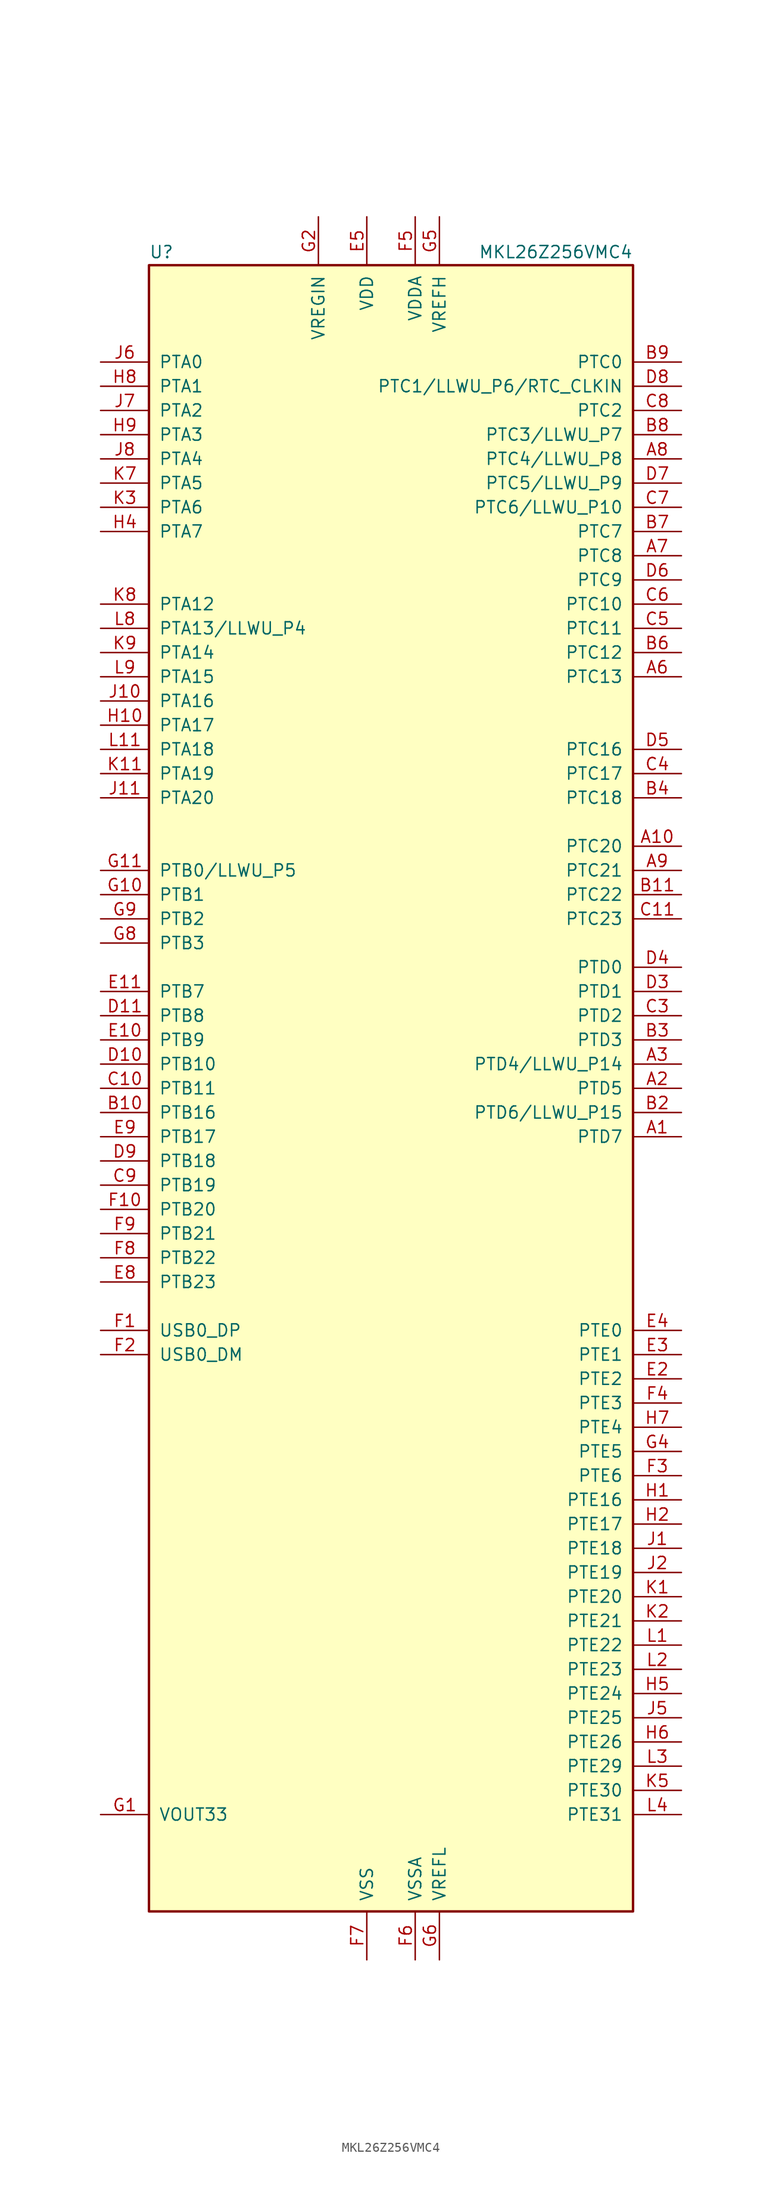
<source format=kicad_sym>
(kicad_symbol_lib
  (version 20231120)
  (generator "kicad_symbol_editor")
  (generator_version "8.0")
  (symbol "MKL26Z256VMC4"
    (pin_names
      (offset 1.016))
    (property "Reference" "U"
      (at -25.4 86.995 0)
      (effects (font (size 1.27 1.27)) (justify left bottom)))
    (property "Value" "MKL26Z256VMC4"
      (at 25.4 86.995 0)
      (effects (font (size 1.27 1.27)) (justify right bottom)))
    (symbol "MKL26Z256VMC4_0_1"
      (rectangle (start -25.4 86.36) (end 25.4 -86.36) (stroke (width 0.254) (type default)) (fill (type background))))
    (symbol "MKL26Z256VMC4_1_1"
      (pin bidirectional line (at 30.48 -5.08 180) (length 5.08) (name "PTD7" (effects (font (size 1.27 1.27)))) (number "A1" (effects (font (size 1.27 1.27)))))
      (pin bidirectional line (at 30.48 25.4 180) (length 5.08) (name "PTC20" (effects (font (size 1.27 1.27)))) (number "A10" (effects (font (size 1.27 1.27)))))
      (pin no_connect line (at -15.24 -86.36 90) (length 5.08) hide (name "NC" (effects (font (size 1.27 1.27)))) (number "A11" (effects (font (size 1.27 1.27)))))
      (pin bidirectional line (at 30.48 0 180) (length 5.08) (name "PTD5" (effects (font (size 1.27 1.27)))) (number "A2" (effects (font (size 1.27 1.27)))))
      (pin bidirectional line (at 30.48 2.54 180) (length 5.08) (name "PTD4/LLWU_P14" (effects (font (size 1.27 1.27)))) (number "A3" (effects (font (size 1.27 1.27)))))
      (pin no_connect line (at 25.4 27.94 180) (length 5.08) hide (name "NC" (effects (font (size 1.27 1.27)))) (number "A4" (effects (font (size 1.27 1.27)))))
      (pin no_connect line (at 25.4 40.64 180) (length 5.08) hide (name "NC" (effects (font (size 1.27 1.27)))) (number "A5" (effects (font (size 1.27 1.27)))))
      (pin bidirectional line (at 30.48 43.18 180) (length 5.08) (name "PTC13" (effects (font (size 1.27 1.27)))) (number "A6" (effects (font (size 1.27 1.27)))))
      (pin bidirectional line (at 30.48 55.88 180) (length 5.08) (name "PTC8" (effects (font (size 1.27 1.27)))) (number "A7" (effects (font (size 1.27 1.27)))))
      (pin bidirectional line (at 30.48 66.04 180) (length 5.08) (name "PTC4/LLWU_P8" (effects (font (size 1.27 1.27)))) (number "A8" (effects (font (size 1.27 1.27)))))
      (pin bidirectional line (at 30.48 22.86 180) (length 5.08) (name "PTC21" (effects (font (size 1.27 1.27)))) (number "A9" (effects (font (size 1.27 1.27)))))
      (pin no_connect line (at 25.4 -7.62 180) (length 5.08) hide (name "NC" (effects (font (size 1.27 1.27)))) (number "B1" (effects (font (size 1.27 1.27)))))
      (pin bidirectional line (at -30.48 -2.54 0) (length 5.08) (name "PTB16" (effects (font (size 1.27 1.27)))) (number "B10" (effects (font (size 1.27 1.27)))))
      (pin bidirectional line (at 30.48 20.32 180) (length 5.08) (name "PTC22" (effects (font (size 1.27 1.27)))) (number "B11" (effects (font (size 1.27 1.27)))))
      (pin bidirectional line (at 30.48 -2.54 180) (length 5.08) (name "PTD6/LLWU_P15" (effects (font (size 1.27 1.27)))) (number "B2" (effects (font (size 1.27 1.27)))))
      (pin bidirectional line (at 30.48 5.08 180) (length 5.08) (name "PTD3" (effects (font (size 1.27 1.27)))) (number "B3" (effects (font (size 1.27 1.27)))))
      (pin bidirectional line (at 30.48 30.48 180) (length 5.08) (name "PTC18" (effects (font (size 1.27 1.27)))) (number "B4" (effects (font (size 1.27 1.27)))))
      (pin no_connect line (at 25.4 38.1 180) (length 5.08) hide (name "NC" (effects (font (size 1.27 1.27)))) (number "B5" (effects (font (size 1.27 1.27)))))
      (pin bidirectional line (at 30.48 45.72 180) (length 5.08) (name "PTC12" (effects (font (size 1.27 1.27)))) (number "B6" (effects (font (size 1.27 1.27)))))
      (pin bidirectional line (at 30.48 58.42 180) (length 5.08) (name "PTC7" (effects (font (size 1.27 1.27)))) (number "B7" (effects (font (size 1.27 1.27)))))
      (pin bidirectional line (at 30.48 68.58 180) (length 5.08) (name "PTC3/LLWU_P7" (effects (font (size 1.27 1.27)))) (number "B8" (effects (font (size 1.27 1.27)))))
      (pin bidirectional line (at 30.48 76.2 180) (length 5.08) (name "PTC0" (effects (font (size 1.27 1.27)))) (number "B9" (effects (font (size 1.27 1.27)))))
      (pin no_connect line (at 25.4 -12.7 180) (length 5.08) hide (name "NC" (effects (font (size 1.27 1.27)))) (number "C1" (effects (font (size 1.27 1.27)))))
      (pin bidirectional line (at -30.48 0 0) (length 5.08) (name "PTB11" (effects (font (size 1.27 1.27)))) (number "C10" (effects (font (size 1.27 1.27)))))
      (pin bidirectional line (at 30.48 17.78 180) (length 5.08) (name "PTC23" (effects (font (size 1.27 1.27)))) (number "C11" (effects (font (size 1.27 1.27)))))
      (pin no_connect line (at 25.4 -10.16 180) (length 5.08) hide (name "NC" (effects (font (size 1.27 1.27)))) (number "C2" (effects (font (size 1.27 1.27)))))
      (pin bidirectional line (at 30.48 7.62 180) (length 5.08) (name "PTD2" (effects (font (size 1.27 1.27)))) (number "C3" (effects (font (size 1.27 1.27)))))
      (pin bidirectional line (at 30.48 33.02 180) (length 5.08) (name "PTC17" (effects (font (size 1.27 1.27)))) (number "C4" (effects (font (size 1.27 1.27)))))
      (pin bidirectional line (at 30.48 48.26 180) (length 5.08) (name "PTC11" (effects (font (size 1.27 1.27)))) (number "C5" (effects (font (size 1.27 1.27)))))
      (pin bidirectional line (at 30.48 50.8 180) (length 5.08) (name "PTC10" (effects (font (size 1.27 1.27)))) (number "C6" (effects (font (size 1.27 1.27)))))
      (pin bidirectional line (at 30.48 60.96 180) (length 5.08) (name "PTC6/LLWU_P10" (effects (font (size 1.27 1.27)))) (number "C7" (effects (font (size 1.27 1.27)))))
      (pin bidirectional line (at 30.48 71.12 180) (length 5.08) (name "PTC2" (effects (font (size 1.27 1.27)))) (number "C8" (effects (font (size 1.27 1.27)))))
      (pin bidirectional line (at -30.48 -10.16 0) (length 5.08) (name "PTB19" (effects (font (size 1.27 1.27)))) (number "C9" (effects (font (size 1.27 1.27)))))
      (pin no_connect line (at 25.4 -17.78 180) (length 5.08) hide (name "NC" (effects (font (size 1.27 1.27)))) (number "D1" (effects (font (size 1.27 1.27)))))
      (pin bidirectional line (at -30.48 2.54 0) (length 5.08) (name "PTB10" (effects (font (size 1.27 1.27)))) (number "D10" (effects (font (size 1.27 1.27)))))
      (pin bidirectional line (at -30.48 7.62 0) (length 5.08) (name "PTB8" (effects (font (size 1.27 1.27)))) (number "D11" (effects (font (size 1.27 1.27)))))
      (pin no_connect line (at 25.4 -15.24 180) (length 5.08) hide (name "NC" (effects (font (size 1.27 1.27)))) (number "D2" (effects (font (size 1.27 1.27)))))
      (pin bidirectional line (at 30.48 10.16 180) (length 5.08) (name "PTD1" (effects (font (size 1.27 1.27)))) (number "D3" (effects (font (size 1.27 1.27)))))
      (pin bidirectional line (at 30.48 12.7 180) (length 5.08) (name "PTD0" (effects (font (size 1.27 1.27)))) (number "D4" (effects (font (size 1.27 1.27)))))
      (pin bidirectional line (at 30.48 35.56 180) (length 5.08) (name "PTC16" (effects (font (size 1.27 1.27)))) (number "D5" (effects (font (size 1.27 1.27)))))
      (pin bidirectional line (at 30.48 53.34 180) (length 5.08) (name "PTC9" (effects (font (size 1.27 1.27)))) (number "D6" (effects (font (size 1.27 1.27)))))
      (pin bidirectional line (at 30.48 63.5 180) (length 5.08) (name "PTC5/LLWU_P9" (effects (font (size 1.27 1.27)))) (number "D7" (effects (font (size 1.27 1.27)))))
      (pin bidirectional line (at 30.48 73.66 180) (length 5.08) (name "PTC1/LLWU_P6/RTC_CLKIN" (effects (font (size 1.27 1.27)))) (number "D8" (effects (font (size 1.27 1.27)))))
      (pin bidirectional line (at -30.48 -7.62 0) (length 5.08) (name "PTB18" (effects (font (size 1.27 1.27)))) (number "D9" (effects (font (size 1.27 1.27)))))
      (pin no_connect line (at 25.4 -20.32 180) (length 5.08) hide (name "NC" (effects (font (size 1.27 1.27)))) (number "E1" (effects (font (size 1.27 1.27)))))
      (pin bidirectional line (at -30.48 5.08 0) (length 5.08) (name "PTB9" (effects (font (size 1.27 1.27)))) (number "E10" (effects (font (size 1.27 1.27)))))
      (pin bidirectional line (at -30.48 10.16 0) (length 5.08) (name "PTB7" (effects (font (size 1.27 1.27)))) (number "E11" (effects (font (size 1.27 1.27)))))
      (pin bidirectional line (at 30.48 -30.48 180) (length 5.08) (name "PTE2" (effects (font (size 1.27 1.27)))) (number "E2" (effects (font (size 1.27 1.27)))))
      (pin bidirectional line (at 30.48 -27.94 180) (length 5.08) (name "PTE1" (effects (font (size 1.27 1.27)))) (number "E3" (effects (font (size 1.27 1.27)))))
      (pin bidirectional line (at 30.48 -25.4 180) (length 5.08) (name "PTE0" (effects (font (size 1.27 1.27)))) (number "E4" (effects (font (size 1.27 1.27)))))
      (pin power_in line (at -2.54 91.44 270) (length 5.08) (name "VDD" (effects (font (size 1.27 1.27)))) (number "E5" (effects (font (size 1.27 1.27)))))
      (pin passive line (at -2.54 91.44 270) (length 5.08) hide (name "VDD" (effects (font (size 1.27 1.27)))) (number "E6" (effects (font (size 1.27 1.27)))))
      (pin passive line (at -2.54 91.44 270) (length 5.08) hide (name "VDD" (effects (font (size 1.27 1.27)))) (number "E7" (effects (font (size 1.27 1.27)))))
      (pin bidirectional line (at -30.48 -20.32 0) (length 5.08) (name "PTB23" (effects (font (size 1.27 1.27)))) (number "E8" (effects (font (size 1.27 1.27)))))
      (pin bidirectional line (at -30.48 -5.08 0) (length 5.08) (name "PTB17" (effects (font (size 1.27 1.27)))) (number "E9" (effects (font (size 1.27 1.27)))))
      (pin bidirectional line (at -30.48 -25.4 0) (length 5.08) (name "USB0_DP" (effects (font (size 1.27 1.27)))) (number "F1" (effects (font (size 1.27 1.27)))))
      (pin bidirectional line (at -30.48 -12.7 0) (length 5.08) (name "PTB20" (effects (font (size 1.27 1.27)))) (number "F10" (effects (font (size 1.27 1.27)))))
      (pin no_connect line (at -25.4 12.7 0) (length 5.08) hide (name "NC" (effects (font (size 1.27 1.27)))) (number "F11" (effects (font (size 1.27 1.27)))))
      (pin bidirectional line (at -30.48 -27.94 0) (length 5.08) (name "USB0_DM" (effects (font (size 1.27 1.27)))) (number "F2" (effects (font (size 1.27 1.27)))))
      (pin bidirectional line (at 30.48 -40.64 180) (length 5.08) (name "PTE6" (effects (font (size 1.27 1.27)))) (number "F3" (effects (font (size 1.27 1.27)))))
      (pin bidirectional line (at 30.48 -33.02 180) (length 5.08) (name "PTE3" (effects (font (size 1.27 1.27)))) (number "F4" (effects (font (size 1.27 1.27)))))
      (pin power_in line (at 2.54 91.44 270) (length 5.08) (name "VDDA" (effects (font (size 1.27 1.27)))) (number "F5" (effects (font (size 1.27 1.27)))))
      (pin power_in line (at 2.54 -91.44 90) (length 5.08) (name "VSSA" (effects (font (size 1.27 1.27)))) (number "F6" (effects (font (size 1.27 1.27)))))
      (pin power_in line (at -2.54 -91.44 90) (length 5.08) (name "VSS" (effects (font (size 1.27 1.27)))) (number "F7" (effects (font (size 1.27 1.27)))))
      (pin bidirectional line (at -30.48 -17.78 0) (length 5.08) (name "PTB22" (effects (font (size 1.27 1.27)))) (number "F8" (effects (font (size 1.27 1.27)))))
      (pin bidirectional line (at -30.48 -15.24 0) (length 5.08) (name "PTB21" (effects (font (size 1.27 1.27)))) (number "F9" (effects (font (size 1.27 1.27)))))
      (pin power_out line (at -30.48 -76.2 0) (length 5.08) (name "VOUT33" (effects (font (size 1.27 1.27)))) (number "G1" (effects (font (size 1.27 1.27)))))
      (pin bidirectional line (at -30.48 20.32 0) (length 5.08) (name "PTB1" (effects (font (size 1.27 1.27)))) (number "G10" (effects (font (size 1.27 1.27)))))
      (pin bidirectional line (at -30.48 22.86 0) (length 5.08) (name "PTB0/LLWU_P5" (effects (font (size 1.27 1.27)))) (number "G11" (effects (font (size 1.27 1.27)))))
      (pin power_in line (at -7.62 91.44 270) (length 5.08) (name "VREGIN" (effects (font (size 1.27 1.27)))) (number "G2" (effects (font (size 1.27 1.27)))))
      (pin passive line (at -2.54 -91.44 90) (length 5.08) hide (name "VSS" (effects (font (size 1.27 1.27)))) (number "G3" (effects (font (size 1.27 1.27)))))
      (pin bidirectional line (at 30.48 -38.1 180) (length 5.08) (name "PTE5" (effects (font (size 1.27 1.27)))) (number "G4" (effects (font (size 1.27 1.27)))))
      (pin power_in line (at 5.08 91.44 270) (length 5.08) (name "VREFH" (effects (font (size 1.27 1.27)))) (number "G5" (effects (font (size 1.27 1.27)))))
      (pin power_in line (at 5.08 -91.44 90) (length 5.08) (name "VREFL" (effects (font (size 1.27 1.27)))) (number "G6" (effects (font (size 1.27 1.27)))))
      (pin passive line (at -2.54 -91.44 90) (length 5.08) hide (name "VSS" (effects (font (size 1.27 1.27)))) (number "G7" (effects (font (size 1.27 1.27)))))
      (pin bidirectional line (at -30.48 15.24 0) (length 5.08) (name "PTB3" (effects (font (size 1.27 1.27)))) (number "G8" (effects (font (size 1.27 1.27)))))
      (pin bidirectional line (at -30.48 17.78 0) (length 5.08) (name "PTB2" (effects (font (size 1.27 1.27)))) (number "G9" (effects (font (size 1.27 1.27)))))
      (pin bidirectional line (at 30.48 -43.18 180) (length 5.08) (name "PTE16" (effects (font (size 1.27 1.27)))) (number "H1" (effects (font (size 1.27 1.27)))))
      (pin bidirectional line (at -30.48 38.1 0) (length 5.08) (name "PTA17" (effects (font (size 1.27 1.27)))) (number "H10" (effects (font (size 1.27 1.27)))))
      (pin no_connect line (at -25.4 27.94 0) (length 5.08) hide (name "NC" (effects (font (size 1.27 1.27)))) (number "H11" (effects (font (size 1.27 1.27)))))
      (pin bidirectional line (at 30.48 -45.72 180) (length 5.08) (name "PTE17" (effects (font (size 1.27 1.27)))) (number "H2" (effects (font (size 1.27 1.27)))))
      (pin no_connect line (at -25.4 -63.5 0) (length 5.08) hide (name "NC" (effects (font (size 1.27 1.27)))) (number "H3" (effects (font (size 1.27 1.27)))))
      (pin bidirectional line (at -30.48 58.42 0) (length 5.08) (name "PTA7" (effects (font (size 1.27 1.27)))) (number "H4" (effects (font (size 1.27 1.27)))))
      (pin bidirectional line (at 30.48 -63.5 180) (length 5.08) (name "PTE24" (effects (font (size 1.27 1.27)))) (number "H5" (effects (font (size 1.27 1.27)))))
      (pin bidirectional line (at 30.48 -68.58 180) (length 5.08) (name "PTE26" (effects (font (size 1.27 1.27)))) (number "H6" (effects (font (size 1.27 1.27)))))
      (pin bidirectional line (at 30.48 -35.56 180) (length 5.08) (name "PTE4" (effects (font (size 1.27 1.27)))) (number "H7" (effects (font (size 1.27 1.27)))))
      (pin bidirectional line (at -30.48 73.66 0) (length 5.08) (name "PTA1" (effects (font (size 1.27 1.27)))) (number "H8" (effects (font (size 1.27 1.27)))))
      (pin bidirectional line (at -30.48 68.58 0) (length 5.08) (name "PTA3" (effects (font (size 1.27 1.27)))) (number "H9" (effects (font (size 1.27 1.27)))))
      (pin bidirectional line (at 30.48 -48.26 180) (length 5.08) (name "PTE18" (effects (font (size 1.27 1.27)))) (number "J1" (effects (font (size 1.27 1.27)))))
      (pin bidirectional line (at -30.48 40.64 0) (length 5.08) (name "PTA16" (effects (font (size 1.27 1.27)))) (number "J10" (effects (font (size 1.27 1.27)))))
      (pin bidirectional line (at -30.48 30.48 0) (length 5.08) (name "PTA20" (effects (font (size 1.27 1.27)))) (number "J11" (effects (font (size 1.27 1.27)))))
      (pin bidirectional line (at 30.48 -50.8 180) (length 5.08) (name "PTE19" (effects (font (size 1.27 1.27)))) (number "J2" (effects (font (size 1.27 1.27)))))
      (pin no_connect line (at -25.4 -66.04 0) (length 5.08) hide (name "NC" (effects (font (size 1.27 1.27)))) (number "J3" (effects (font (size 1.27 1.27)))))
      (pin no_connect line (at -25.4 53.34 0) (length 5.08) hide (name "NC" (effects (font (size 1.27 1.27)))) (number "J4" (effects (font (size 1.27 1.27)))))
      (pin bidirectional line (at 30.48 -66.04 180) (length 5.08) (name "PTE25" (effects (font (size 1.27 1.27)))) (number "J5" (effects (font (size 1.27 1.27)))))
      (pin bidirectional line (at -30.48 76.2 0) (length 5.08) (name "PTA0" (effects (font (size 1.27 1.27)))) (number "J6" (effects (font (size 1.27 1.27)))))
      (pin bidirectional line (at -30.48 71.12 0) (length 5.08) (name "PTA2" (effects (font (size 1.27 1.27)))) (number "J7" (effects (font (size 1.27 1.27)))))
      (pin bidirectional line (at -30.48 66.04 0) (length 5.08) (name "PTA4" (effects (font (size 1.27 1.27)))) (number "J8" (effects (font (size 1.27 1.27)))))
      (pin no_connect line (at -25.4 55.88 0) (length 5.08) hide (name "NC" (effects (font (size 1.27 1.27)))) (number "J9" (effects (font (size 1.27 1.27)))))
      (pin bidirectional line (at 30.48 -53.34 180) (length 5.08) (name "PTE20" (effects (font (size 1.27 1.27)))) (number "K1" (effects (font (size 1.27 1.27)))))
      (pin passive line (at -2.54 -91.44 90) (length 5.08) hide (name "VSS" (effects (font (size 1.27 1.27)))) (number "K10" (effects (font (size 1.27 1.27)))))
      (pin bidirectional line (at -30.48 33.02 0) (length 5.08) (name "PTA19" (effects (font (size 1.27 1.27)))) (number "K11" (effects (font (size 1.27 1.27)))))
      (pin bidirectional line (at 30.48 -55.88 180) (length 5.08) (name "PTE21" (effects (font (size 1.27 1.27)))) (number "K2" (effects (font (size 1.27 1.27)))))
      (pin bidirectional line (at -30.48 60.96 0) (length 5.08) (name "PTA6" (effects (font (size 1.27 1.27)))) (number "K3" (effects (font (size 1.27 1.27)))))
      (pin no_connect line (at -25.4 -68.58 0) (length 5.08) hide (name "NC" (effects (font (size 1.27 1.27)))) (number "K4" (effects (font (size 1.27 1.27)))))
      (pin bidirectional line (at 30.48 -73.66 180) (length 5.08) (name "PTE30" (effects (font (size 1.27 1.27)))) (number "K5" (effects (font (size 1.27 1.27)))))
      (pin passive line (at -2.54 91.44 270) (length 5.08) hide (name "VDD" (effects (font (size 1.27 1.27)))) (number "K6" (effects (font (size 1.27 1.27)))))
      (pin bidirectional line (at -30.48 63.5 0) (length 5.08) (name "PTA5" (effects (font (size 1.27 1.27)))) (number "K7" (effects (font (size 1.27 1.27)))))
      (pin bidirectional line (at -30.48 50.8 0) (length 5.08) (name "PTA12" (effects (font (size 1.27 1.27)))) (number "K8" (effects (font (size 1.27 1.27)))))
      (pin bidirectional line (at -30.48 45.72 0) (length 5.08) (name "PTA14" (effects (font (size 1.27 1.27)))) (number "K9" (effects (font (size 1.27 1.27)))))
      (pin bidirectional line (at 30.48 -58.42 180) (length 5.08) (name "PTE22" (effects (font (size 1.27 1.27)))) (number "L1" (effects (font (size 1.27 1.27)))))
      (pin passive line (at -2.54 91.44 270) (length 5.08) hide (name "VDD" (effects (font (size 1.27 1.27)))) (number "L10" (effects (font (size 1.27 1.27)))))
      (pin bidirectional line (at -30.48 35.56 0) (length 5.08) (name "PTA18" (effects (font (size 1.27 1.27)))) (number "L11" (effects (font (size 1.27 1.27)))))
      (pin bidirectional line (at 30.48 -60.96 180) (length 5.08) (name "PTE23" (effects (font (size 1.27 1.27)))) (number "L2" (effects (font (size 1.27 1.27)))))
      (pin bidirectional line (at 30.48 -71.12 180) (length 5.08) (name "PTE29" (effects (font (size 1.27 1.27)))) (number "L3" (effects (font (size 1.27 1.27)))))
      (pin bidirectional line (at 30.48 -76.2 180) (length 5.08) (name "PTE31" (effects (font (size 1.27 1.27)))) (number "L4" (effects (font (size 1.27 1.27)))))
      (pin passive line (at -2.54 -91.44 90) (length 5.08) hide (name "VSS" (effects (font (size 1.27 1.27)))) (number "L5" (effects (font (size 1.27 1.27)))))
      (pin passive line (at -2.54 -91.44 90) (length 5.08) hide (name "VSS" (effects (font (size 1.27 1.27)))) (number "L6" (effects (font (size 1.27 1.27)))))
      (pin no_connect line (at -25.4 -71.12 0) (length 5.08) hide (name "NC" (effects (font (size 1.27 1.27)))) (number "L7" (effects (font (size 1.27 1.27)))))
      (pin bidirectional line (at -30.48 48.26 0) (length 5.08) (name "PTA13/LLWU_P4" (effects (font (size 1.27 1.27)))) (number "L8" (effects (font (size 1.27 1.27)))))
      (pin bidirectional line (at -30.48 43.18 0) (length 5.08) (name "PTA15" (effects (font (size 1.27 1.27)))) (number "L9" (effects (font (size 1.27 1.27))))))))
</source>
